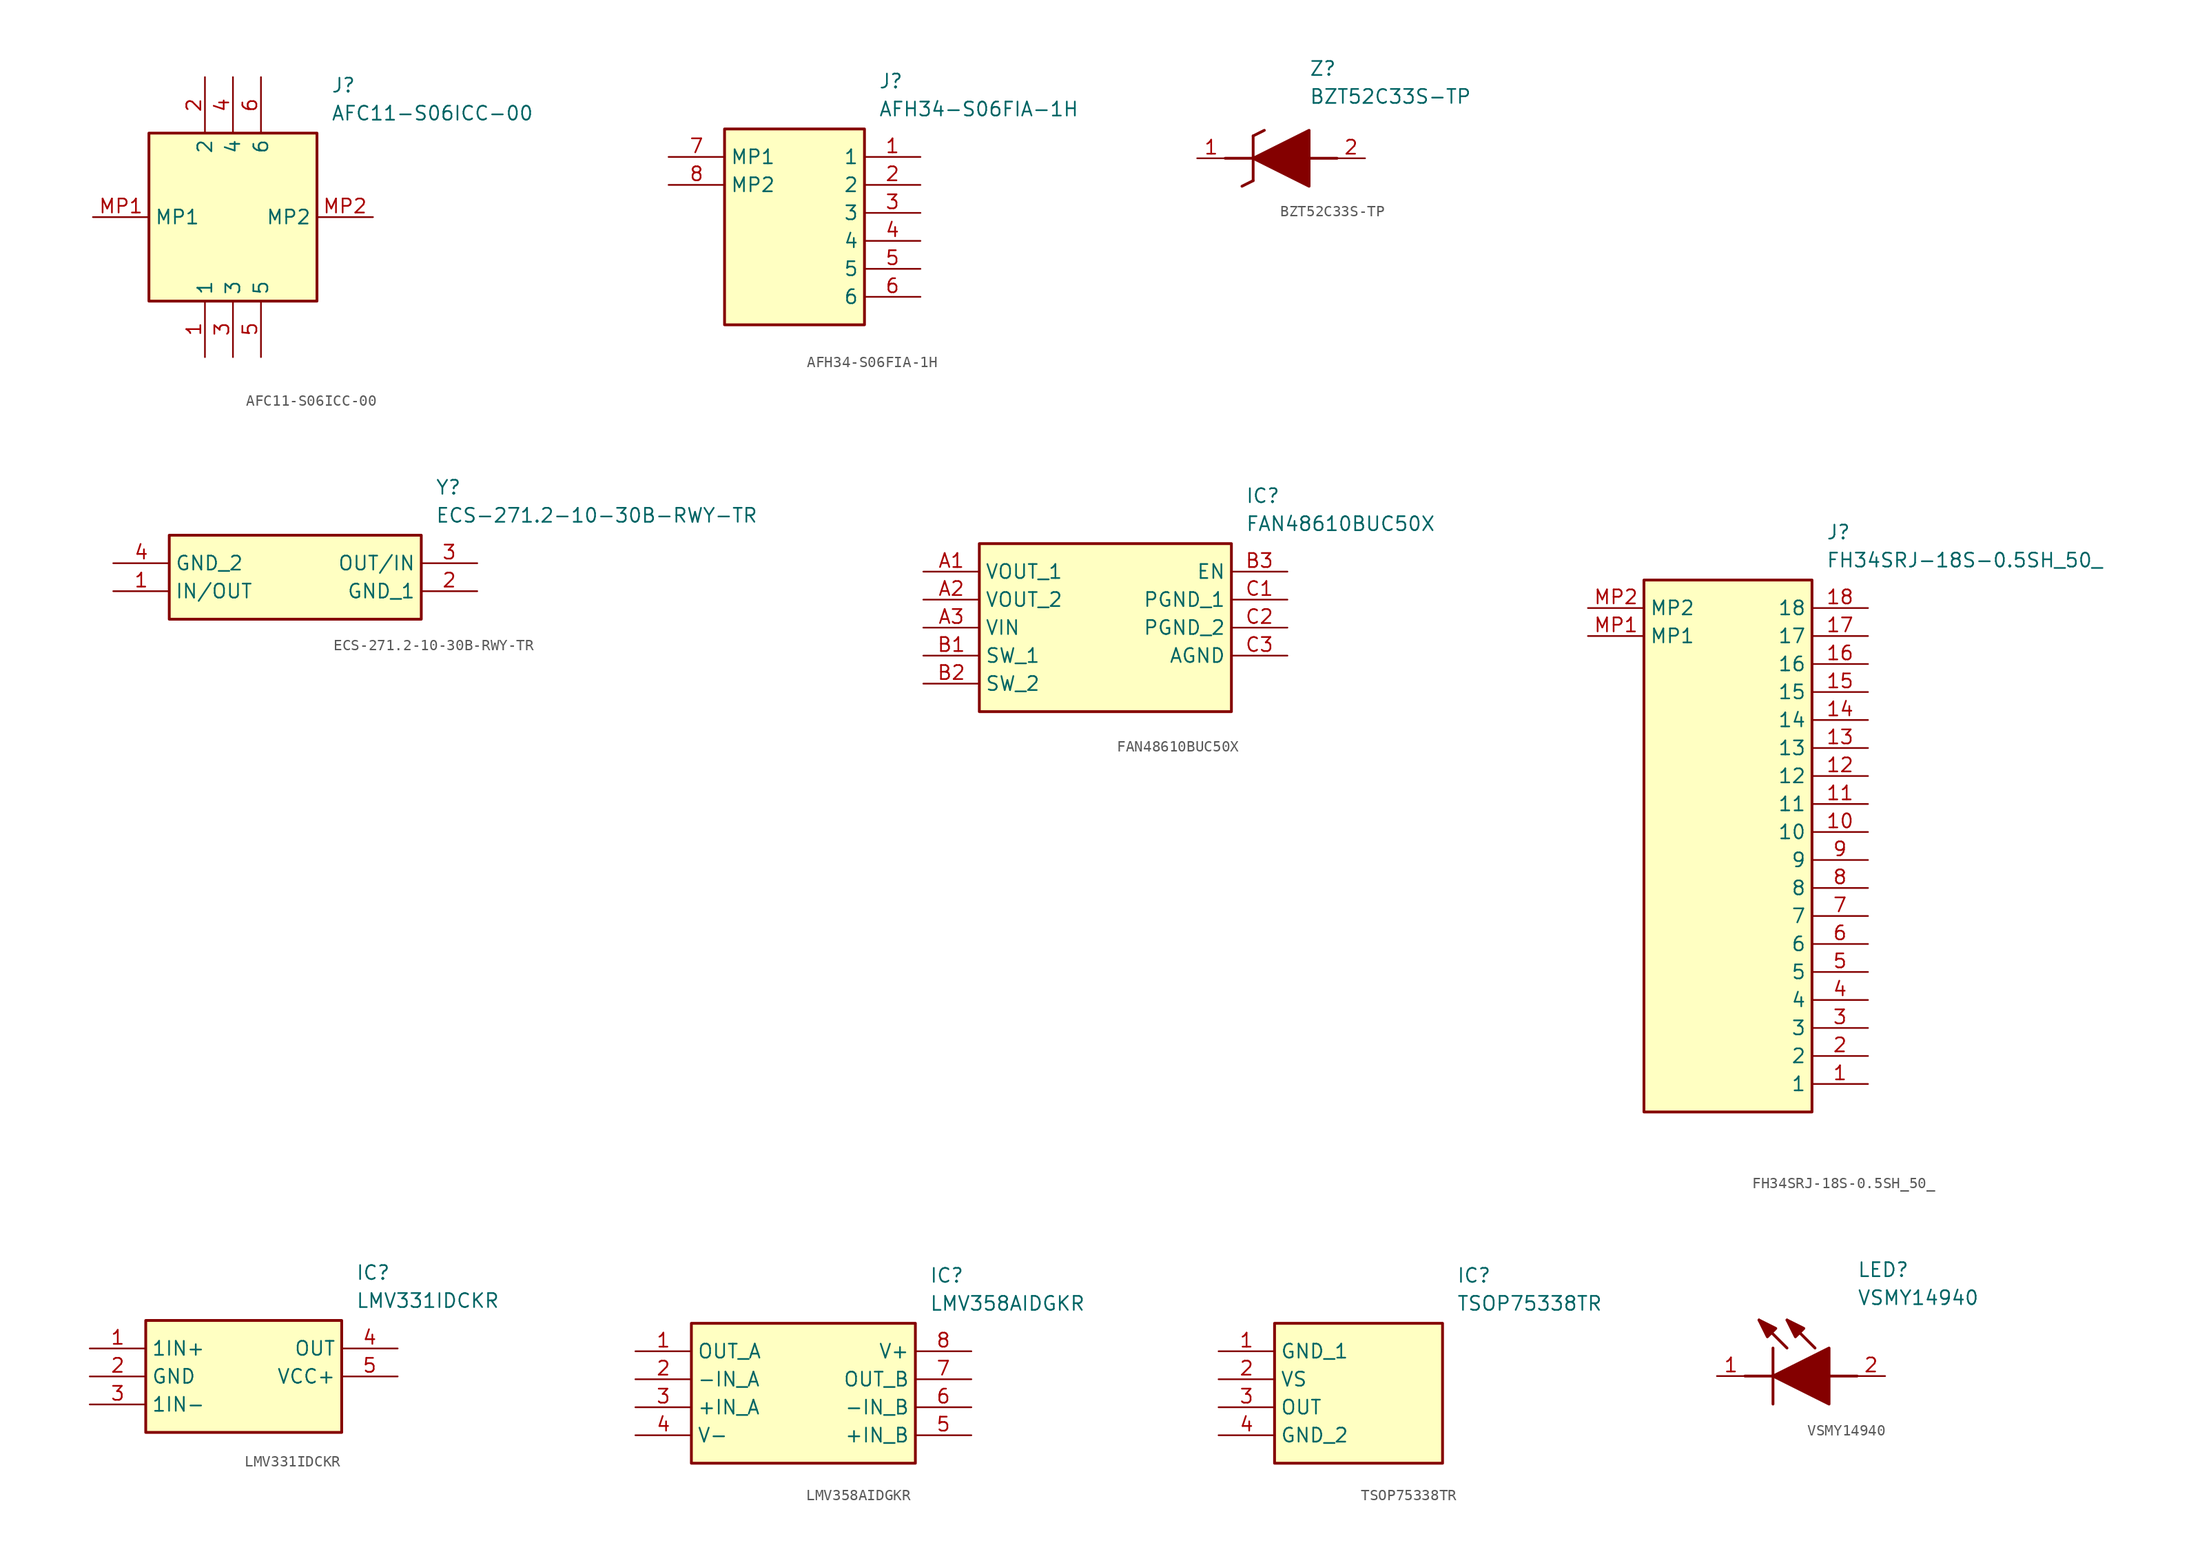
<source format=kicad_sym>
(kicad_symbol_lib
  (version 20231120)
  (generator "kicad_symbol_editor")
  (generator_version "8.0")
  (symbol "AFC11-S06ICC-00"
    (property "Reference" "J"
      (at 21.59 12.7 0)
      (effects (font (size 1.27 1.27)) (justify left top)))
    (property "Value" "AFC11-S06ICC-00"
      (at 21.59 10.16 0)
      (effects (font (size 1.27 1.27)) (justify left top)))
    (symbol "AFC11-S06ICC-00_1_1"
      (rectangle (start 5.08 7.62) (end 20.32 -7.62) (stroke (width 0.254) (type default)) (fill (type background)))
      (pin passive line (at 10.16 -12.7 90) (length 5.08) (name "1" (effects (font (size 1.27 1.27)))) (number "1" (effects (font (size 1.27 1.27)))))
      (pin passive line (at 10.16 12.7 270) (length 5.08) (name "2" (effects (font (size 1.27 1.27)))) (number "2" (effects (font (size 1.27 1.27)))))
      (pin passive line (at 12.7 -12.7 90) (length 5.08) (name "3" (effects (font (size 1.27 1.27)))) (number "3" (effects (font (size 1.27 1.27)))))
      (pin passive line (at 12.7 12.7 270) (length 5.08) (name "4" (effects (font (size 1.27 1.27)))) (number "4" (effects (font (size 1.27 1.27)))))
      (pin passive line (at 15.24 -12.7 90) (length 5.08) (name "5" (effects (font (size 1.27 1.27)))) (number "5" (effects (font (size 1.27 1.27)))))
      (pin passive line (at 15.24 12.7 270) (length 5.08) (name "6" (effects (font (size 1.27 1.27)))) (number "6" (effects (font (size 1.27 1.27)))))
      (pin passive line (at 0 0 0) (length 5.08) (name "MP1" (effects (font (size 1.27 1.27)))) (number "MP1" (effects (font (size 1.27 1.27)))))
      (pin passive line (at 25.4 0 180) (length 5.08) (name "MP2" (effects (font (size 1.27 1.27)))) (number "MP2" (effects (font (size 1.27 1.27)))))))
  (symbol "AFH34-S06FIA-1H"
    (property "Reference" "J"
      (at 19.05 7.62 0)
      (effects (font (size 1.27 1.27)) (justify left top)))
    (property "Value" "AFH34-S06FIA-1H"
      (at 19.05 5.08 0)
      (effects (font (size 1.27 1.27)) (justify left top)))
    (symbol "AFH34-S06FIA-1H_1_1"
      (rectangle (start 5.08 2.54) (end 17.78 -15.24) (stroke (width 0.254) (type default)) (fill (type background)))
      (pin passive line (at 22.86 0 180) (length 5.08) (name "1" (effects (font (size 1.27 1.27)))) (number "1" (effects (font (size 1.27 1.27)))))
      (pin passive line (at 22.86 -2.54 180) (length 5.08) (name "2" (effects (font (size 1.27 1.27)))) (number "2" (effects (font (size 1.27 1.27)))))
      (pin passive line (at 22.86 -5.08 180) (length 5.08) (name "3" (effects (font (size 1.27 1.27)))) (number "3" (effects (font (size 1.27 1.27)))))
      (pin passive line (at 22.86 -7.62 180) (length 5.08) (name "4" (effects (font (size 1.27 1.27)))) (number "4" (effects (font (size 1.27 1.27)))))
      (pin passive line (at 22.86 -10.16 180) (length 5.08) (name "5" (effects (font (size 1.27 1.27)))) (number "5" (effects (font (size 1.27 1.27)))))
      (pin passive line (at 22.86 -12.7 180) (length 5.08) (name "6" (effects (font (size 1.27 1.27)))) (number "6" (effects (font (size 1.27 1.27)))))
      (pin passive line (at 0 0 0) (length 5.08) (name "MP1" (effects (font (size 1.27 1.27)))) (number "7" (effects (font (size 1.27 1.27)))))
      (pin passive line (at 0 -2.54 0) (length 5.08) (name "MP2" (effects (font (size 1.27 1.27)))) (number "8" (effects (font (size 1.27 1.27)))))))
  (symbol "BZT52C33S-TP"
    (pin_names hide)
    (property "Reference" "Z"
      (at 10.16 8.89 0)
      (effects (font (size 1.27 1.27)) (justify left top)))
    (property "Value" "BZT52C33S-TP"
      (at 10.16 6.35 0)
      (effects (font (size 1.27 1.27)) (justify left top)))
    (symbol "BZT52C33S-TP_1_1"
      (polyline (pts (xy 2.54 0) (xy 5.08 0)) (stroke (width 0.254) (type default)) (fill (type none)))
      (polyline (pts (xy 4.064 -2.54) (xy 5.08 -2.032)) (stroke (width 0.254) (type default)) (fill (type none)))
      (polyline (pts (xy 5.08 2.032) (xy 5.08 -2.032)) (stroke (width 0.254) (type default)) (fill (type none)))
      (polyline (pts (xy 5.08 2.032) (xy 6.096 2.54)) (stroke (width 0.254) (type default)) (fill (type none)))
      (polyline (pts (xy 12.7 0) (xy 10.16 0)) (stroke (width 0.254) (type default)) (fill (type none)))
      (polyline (pts (xy 5.08 0) (xy 10.16 2.54) (xy 10.16 -2.54) (xy 5.08 0)) (stroke (width 0.254) (type default)) (fill (type outline)))
      (pin passive line (at 0 0 0) (length 2.54) (name "K" (effects (font (size 1.27 1.27)))) (number "1" (effects (font (size 1.27 1.27)))))
      (pin passive line (at 15.24 0 180) (length 2.54) (name "A" (effects (font (size 1.27 1.27)))) (number "2" (effects (font (size 1.27 1.27)))))))
  (symbol "ECS-271.2-10-30B-RWY-TR"
    (property "Reference" "Y"
      (at 29.21 7.62 0)
      (effects (font (size 1.27 1.27)) (justify left top)))
    (property "Value" "ECS-271.2-10-30B-RWY-TR"
      (at 29.21 5.08 0)
      (effects (font (size 1.27 1.27)) (justify left top)))
    (symbol "ECS-271.2-10-30B-RWY-TR_1_1"
      (rectangle (start 5.08 2.54) (end 27.94 -5.08) (stroke (width 0.254) (type default)) (fill (type background)))
      (pin passive line (at 0 -2.54 0) (length 5.08) (name "IN/OUT" (effects (font (size 1.27 1.27)))) (number "1" (effects (font (size 1.27 1.27)))))
      (pin passive line (at 33.02 -2.54 180) (length 5.08) (name "GND_1" (effects (font (size 1.27 1.27)))) (number "2" (effects (font (size 1.27 1.27)))))
      (pin passive line (at 33.02 0 180) (length 5.08) (name "OUT/IN" (effects (font (size 1.27 1.27)))) (number "3" (effects (font (size 1.27 1.27)))))
      (pin passive line (at 0 0 0) (length 5.08) (name "GND_2" (effects (font (size 1.27 1.27)))) (number "4" (effects (font (size 1.27 1.27)))))))
  (symbol "FAN48610BUC50X"
    (property "Reference" "IC"
      (at 29.21 7.62 0)
      (effects (font (size 1.27 1.27)) (justify left top)))
    (property "Value" "FAN48610BUC50X"
      (at 29.21 5.08 0)
      (effects (font (size 1.27 1.27)) (justify left top)))
    (symbol "FAN48610BUC50X_1_1"
      (rectangle (start 5.08 2.54) (end 27.94 -12.7) (stroke (width 0.254) (type default)) (fill (type background)))
      (pin passive line (at 0 0 0) (length 5.08) (name "VOUT_1" (effects (font (size 1.27 1.27)))) (number "A1" (effects (font (size 1.27 1.27)))))
      (pin passive line (at 0 -2.54 0) (length 5.08) (name "VOUT_2" (effects (font (size 1.27 1.27)))) (number "A2" (effects (font (size 1.27 1.27)))))
      (pin passive line (at 0 -5.08 0) (length 5.08) (name "VIN" (effects (font (size 1.27 1.27)))) (number "A3" (effects (font (size 1.27 1.27)))))
      (pin passive line (at 0 -7.62 0) (length 5.08) (name "SW_1" (effects (font (size 1.27 1.27)))) (number "B1" (effects (font (size 1.27 1.27)))))
      (pin passive line (at 0 -10.16 0) (length 5.08) (name "SW_2" (effects (font (size 1.27 1.27)))) (number "B2" (effects (font (size 1.27 1.27)))))
      (pin passive line (at 33.02 0 180) (length 5.08) (name "EN" (effects (font (size 1.27 1.27)))) (number "B3" (effects (font (size 1.27 1.27)))))
      (pin passive line (at 33.02 -2.54 180) (length 5.08) (name "PGND_1" (effects (font (size 1.27 1.27)))) (number "C1" (effects (font (size 1.27 1.27)))))
      (pin passive line (at 33.02 -5.08 180) (length 5.08) (name "PGND_2" (effects (font (size 1.27 1.27)))) (number "C2" (effects (font (size 1.27 1.27)))))
      (pin passive line (at 33.02 -7.62 180) (length 5.08) (name "AGND" (effects (font (size 1.27 1.27)))) (number "C3" (effects (font (size 1.27 1.27)))))))
  (symbol "FH34SRJ-18S-0.5SH_50_"
    (property "Reference" "J"
      (at 21.59 7.62 0)
      (effects (font (size 1.27 1.27)) (justify left top)))
    (property "Value" "FH34SRJ-18S-0.5SH_50_"
      (at 21.59 5.08 0)
      (effects (font (size 1.27 1.27)) (justify left top)))
    (symbol "FH34SRJ-18S-0.5SH_50__1_1"
      (rectangle (start 5.08 2.54) (end 20.32 -45.72) (stroke (width 0.254) (type default)) (fill (type background)))
      (pin passive line (at 25.4 -43.18 180) (length 5.08) (name "1" (effects (font (size 1.27 1.27)))) (number "1" (effects (font (size 1.27 1.27)))))
      (pin passive line (at 25.4 -20.32 180) (length 5.08) (name "10" (effects (font (size 1.27 1.27)))) (number "10" (effects (font (size 1.27 1.27)))))
      (pin passive line (at 25.4 -17.78 180) (length 5.08) (name "11" (effects (font (size 1.27 1.27)))) (number "11" (effects (font (size 1.27 1.27)))))
      (pin passive line (at 25.4 -15.24 180) (length 5.08) (name "12" (effects (font (size 1.27 1.27)))) (number "12" (effects (font (size 1.27 1.27)))))
      (pin passive line (at 25.4 -12.7 180) (length 5.08) (name "13" (effects (font (size 1.27 1.27)))) (number "13" (effects (font (size 1.27 1.27)))))
      (pin passive line (at 25.4 -10.16 180) (length 5.08) (name "14" (effects (font (size 1.27 1.27)))) (number "14" (effects (font (size 1.27 1.27)))))
      (pin passive line (at 25.4 -7.62 180) (length 5.08) (name "15" (effects (font (size 1.27 1.27)))) (number "15" (effects (font (size 1.27 1.27)))))
      (pin passive line (at 25.4 -5.08 180) (length 5.08) (name "16" (effects (font (size 1.27 1.27)))) (number "16" (effects (font (size 1.27 1.27)))))
      (pin passive line (at 25.4 -2.54 180) (length 5.08) (name "17" (effects (font (size 1.27 1.27)))) (number "17" (effects (font (size 1.27 1.27)))))
      (pin passive line (at 25.4 0 180) (length 5.08) (name "18" (effects (font (size 1.27 1.27)))) (number "18" (effects (font (size 1.27 1.27)))))
      (pin passive line (at 25.4 -40.64 180) (length 5.08) (name "2" (effects (font (size 1.27 1.27)))) (number "2" (effects (font (size 1.27 1.27)))))
      (pin passive line (at 25.4 -38.1 180) (length 5.08) (name "3" (effects (font (size 1.27 1.27)))) (number "3" (effects (font (size 1.27 1.27)))))
      (pin passive line (at 25.4 -35.56 180) (length 5.08) (name "4" (effects (font (size 1.27 1.27)))) (number "4" (effects (font (size 1.27 1.27)))))
      (pin passive line (at 25.4 -33.02 180) (length 5.08) (name "5" (effects (font (size 1.27 1.27)))) (number "5" (effects (font (size 1.27 1.27)))))
      (pin passive line (at 25.4 -30.48 180) (length 5.08) (name "6" (effects (font (size 1.27 1.27)))) (number "6" (effects (font (size 1.27 1.27)))))
      (pin passive line (at 25.4 -27.94 180) (length 5.08) (name "7" (effects (font (size 1.27 1.27)))) (number "7" (effects (font (size 1.27 1.27)))))
      (pin passive line (at 25.4 -25.4 180) (length 5.08) (name "8" (effects (font (size 1.27 1.27)))) (number "8" (effects (font (size 1.27 1.27)))))
      (pin passive line (at 25.4 -22.86 180) (length 5.08) (name "9" (effects (font (size 1.27 1.27)))) (number "9" (effects (font (size 1.27 1.27)))))
      (pin passive line (at 0 -2.54 0) (length 5.08) (name "MP1" (effects (font (size 1.27 1.27)))) (number "MP1" (effects (font (size 1.27 1.27)))))
      (pin passive line (at 0 0 0) (length 5.08) (name "MP2" (effects (font (size 1.27 1.27)))) (number "MP2" (effects (font (size 1.27 1.27)))))))
  (symbol "LMV331IDCKR"
    (property "Reference" "IC"
      (at 24.13 7.62 0)
      (effects (font (size 1.27 1.27)) (justify left top)))
    (property "Value" "LMV331IDCKR"
      (at 24.13 5.08 0)
      (effects (font (size 1.27 1.27)) (justify left top)))
    (symbol "LMV331IDCKR_1_1"
      (rectangle (start 5.08 2.54) (end 22.86 -7.62) (stroke (width 0.254) (type default)) (fill (type background)))
      (pin passive line (at 0 0 0) (length 5.08) (name "1IN+" (effects (font (size 1.27 1.27)))) (number "1" (effects (font (size 1.27 1.27)))))
      (pin passive line (at 0 -2.54 0) (length 5.08) (name "GND" (effects (font (size 1.27 1.27)))) (number "2" (effects (font (size 1.27 1.27)))))
      (pin passive line (at 0 -5.08 0) (length 5.08) (name "1IN-" (effects (font (size 1.27 1.27)))) (number "3" (effects (font (size 1.27 1.27)))))
      (pin passive line (at 27.94 0 180) (length 5.08) (name "OUT" (effects (font (size 1.27 1.27)))) (number "4" (effects (font (size 1.27 1.27)))))
      (pin passive line (at 27.94 -2.54 180) (length 5.08) (name "VCC+" (effects (font (size 1.27 1.27)))) (number "5" (effects (font (size 1.27 1.27)))))))
  (symbol "LMV358AIDGKR"
    (property "Reference" "IC"
      (at 26.67 7.62 0)
      (effects (font (size 1.27 1.27)) (justify left top)))
    (property "Value" "LMV358AIDGKR"
      (at 26.67 5.08 0)
      (effects (font (size 1.27 1.27)) (justify left top)))
    (symbol "LMV358AIDGKR_1_1"
      (rectangle (start 5.08 2.54) (end 25.4 -10.16) (stroke (width 0.254) (type default)) (fill (type background)))
      (pin passive line (at 0 0 0) (length 5.08) (name "OUT_A" (effects (font (size 1.27 1.27)))) (number "1" (effects (font (size 1.27 1.27)))))
      (pin passive line (at 0 -2.54 0) (length 5.08) (name "-IN_A" (effects (font (size 1.27 1.27)))) (number "2" (effects (font (size 1.27 1.27)))))
      (pin passive line (at 0 -5.08 0) (length 5.08) (name "+IN_A" (effects (font (size 1.27 1.27)))) (number "3" (effects (font (size 1.27 1.27)))))
      (pin passive line (at 0 -7.62 0) (length 5.08) (name "V-" (effects (font (size 1.27 1.27)))) (number "4" (effects (font (size 1.27 1.27)))))
      (pin passive line (at 30.48 -7.62 180) (length 5.08) (name "+IN_B" (effects (font (size 1.27 1.27)))) (number "5" (effects (font (size 1.27 1.27)))))
      (pin passive line (at 30.48 -5.08 180) (length 5.08) (name "-IN_B" (effects (font (size 1.27 1.27)))) (number "6" (effects (font (size 1.27 1.27)))))
      (pin passive line (at 30.48 -2.54 180) (length 5.08) (name "OUT_B" (effects (font (size 1.27 1.27)))) (number "7" (effects (font (size 1.27 1.27)))))
      (pin passive line (at 30.48 0 180) (length 5.08) (name "V+" (effects (font (size 1.27 1.27)))) (number "8" (effects (font (size 1.27 1.27)))))))
  (symbol "TSOP75338TR"
    (property "Reference" "IC"
      (at 21.59 7.62 0)
      (effects (font (size 1.27 1.27)) (justify left top)))
    (property "Value" "TSOP75338TR"
      (at 21.59 5.08 0)
      (effects (font (size 1.27 1.27)) (justify left top)))
    (symbol "TSOP75338TR_1_1"
      (rectangle (start 5.08 2.54) (end 20.32 -10.16) (stroke (width 0.254) (type default)) (fill (type background)))
      (pin passive line (at 0 0 0) (length 5.08) (name "GND_1" (effects (font (size 1.27 1.27)))) (number "1" (effects (font (size 1.27 1.27)))))
      (pin passive line (at 0 -2.54 0) (length 5.08) (name "VS" (effects (font (size 1.27 1.27)))) (number "2" (effects (font (size 1.27 1.27)))))
      (pin passive line (at 0 -5.08 0) (length 5.08) (name "OUT" (effects (font (size 1.27 1.27)))) (number "3" (effects (font (size 1.27 1.27)))))
      (pin passive line (at 0 -7.62 0) (length 5.08) (name "GND_2" (effects (font (size 1.27 1.27)))) (number "4" (effects (font (size 1.27 1.27)))))))
  (symbol "VSMY14940"
    (pin_names hide)
    (property "Reference" "LED"
      (at 12.7 8.89 0)
      (effects (font (size 1.27 1.27)) (justify left bottom)))
    (property "Value" "VSMY14940"
      (at 12.7 6.35 0)
      (effects (font (size 1.27 1.27)) (justify left bottom)))
    (symbol "VSMY14940_1_1"
      (polyline (pts (xy 2.54 0) (xy 5.08 0)) (stroke (width 0.254) (type default)) (fill (type none)))
      (polyline (pts (xy 5.08 2.54) (xy 5.08 -2.54)) (stroke (width 0.254) (type default)) (fill (type none)))
      (polyline (pts (xy 6.35 2.54) (xy 3.81 5.08)) (stroke (width 0.254) (type default)) (fill (type none)))
      (polyline (pts (xy 8.89 2.54) (xy 6.35 5.08)) (stroke (width 0.254) (type default)) (fill (type none)))
      (polyline (pts (xy 10.16 0) (xy 12.7 0)) (stroke (width 0.254) (type default)) (fill (type none)))
      (polyline (pts (xy 5.08 0) (xy 10.16 2.54) (xy 10.16 -2.54) (xy 5.08 0)) (stroke (width 0.254) (type default)) (fill (type outline)))
      (polyline (pts (xy 5.334 4.318) (xy 4.572 3.556) (xy 3.81 5.08) (xy 5.334 4.318)) (stroke (width 0.254) (type default)) (fill (type outline)))
      (polyline (pts (xy 7.874 4.318) (xy 7.112 3.556) (xy 6.35 5.08) (xy 7.874 4.318)) (stroke (width 0.254) (type default)) (fill (type outline)))
      (pin passive line (at 0 0 0) (length 2.54) (name "K" (effects (font (size 1.27 1.27)))) (number "1" (effects (font (size 1.27 1.27)))))
      (pin passive line (at 15.24 0 180) (length 2.54) (name "A" (effects (font (size 1.27 1.27)))) (number "2" (effects (font (size 1.27 1.27))))))))
</source>
